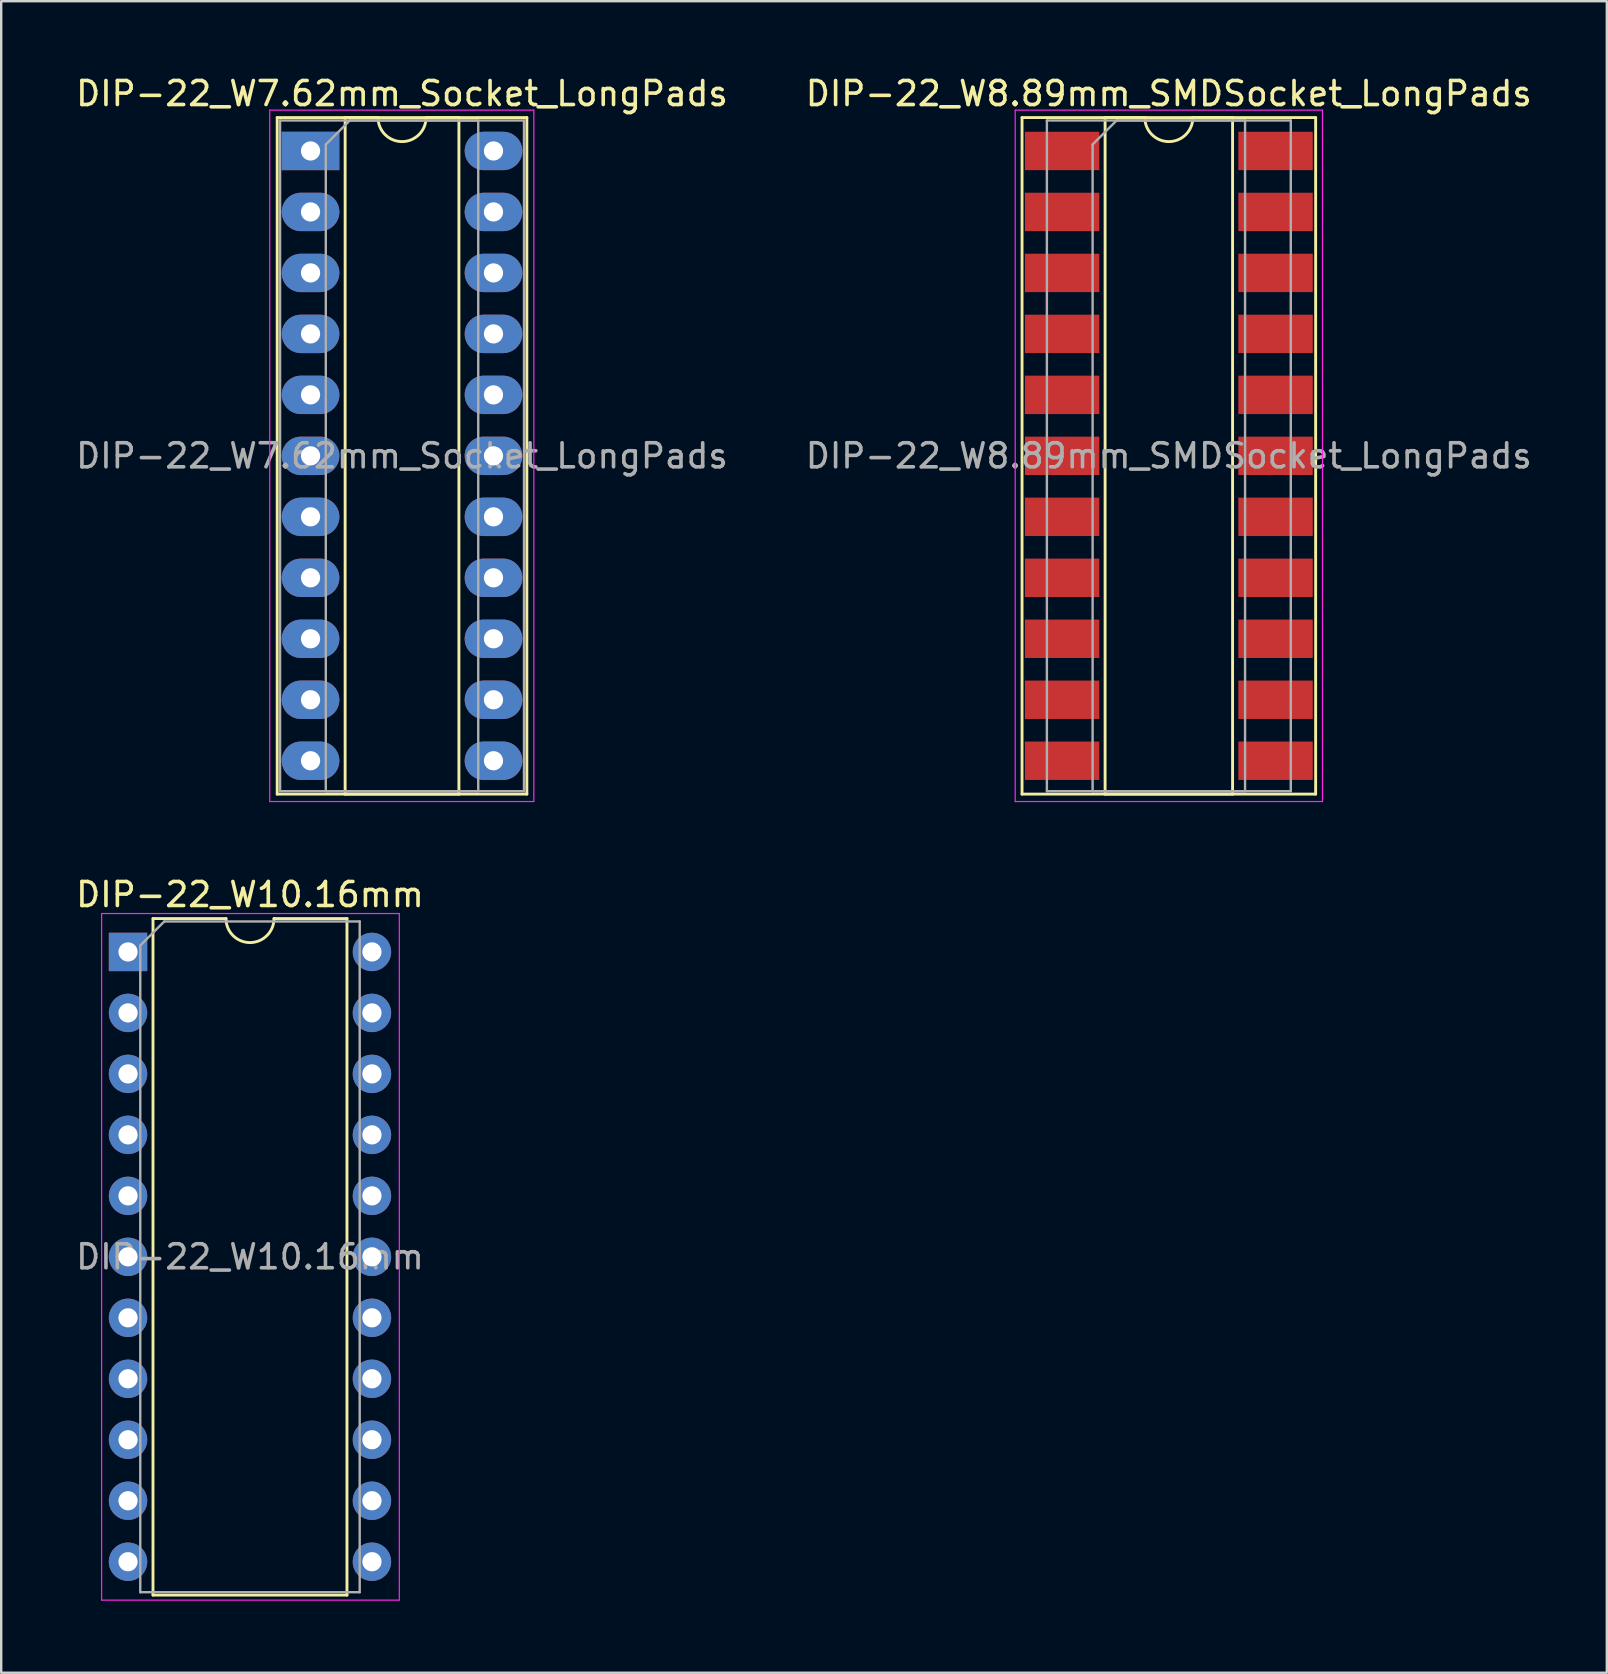
<source format=kicad_pcb>
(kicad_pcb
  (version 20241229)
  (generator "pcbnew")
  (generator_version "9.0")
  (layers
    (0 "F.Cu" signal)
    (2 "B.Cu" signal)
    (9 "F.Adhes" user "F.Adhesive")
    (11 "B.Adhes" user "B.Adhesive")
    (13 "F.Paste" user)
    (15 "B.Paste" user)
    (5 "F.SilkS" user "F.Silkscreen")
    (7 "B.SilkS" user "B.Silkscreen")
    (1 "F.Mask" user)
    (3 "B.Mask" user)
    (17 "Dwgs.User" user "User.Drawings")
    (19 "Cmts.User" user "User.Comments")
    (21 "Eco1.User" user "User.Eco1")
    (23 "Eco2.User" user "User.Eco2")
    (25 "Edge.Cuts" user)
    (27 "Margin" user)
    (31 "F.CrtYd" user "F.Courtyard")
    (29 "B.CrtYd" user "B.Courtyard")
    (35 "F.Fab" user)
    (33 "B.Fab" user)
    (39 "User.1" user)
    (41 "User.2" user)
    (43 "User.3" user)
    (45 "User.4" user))
  (footprint "DIP-22_W10.16mm"
    (layer "F.Cu")
    (at 2.283 36.602)
    (property "Reference" "DIP-22_W10.16mm" (at 5.08 -2.39 0) (layer "F.SilkS") (effects (font (size 1 1) (thickness 0.15))))
    (attr through_hole)
    (fp_line (start 1.04 -1.39) (end 1.04 26.79) (stroke (width 0.12) (type solid)) (layer "F.SilkS"))
    (fp_line (start 1.04 26.79) (end 9.12 26.79) (stroke (width 0.12) (type solid)) (layer "F.SilkS"))
    (fp_line (start 4.08 -1.39) (end 1.04 -1.39) (stroke (width 0.12) (type solid)) (layer "F.SilkS"))
    (fp_line (start 9.12 -1.39) (end 6.08 -1.39) (stroke (width 0.12) (type solid)) (layer "F.SilkS"))
    (fp_line (start 9.12 26.79) (end 9.12 -1.39) (stroke (width 0.12) (type solid)) (layer "F.SilkS"))
    (fp_arc (start 6.08 -1.39) (mid 5.08 -0.39) (end 4.08 -1.39) (stroke (width 0.12) (type solid)) (layer "F.SilkS"))
    (fp_line (start -1.1 -1.6) (end -1.1 27) (stroke (width 0.05) (type solid)) (layer "F.CrtYd"))
    (fp_line (start -1.1 27) (end 11.3 27) (stroke (width 0.05) (type solid)) (layer "F.CrtYd"))
    (fp_line (start 11.3 -1.6) (end -1.1 -1.6) (stroke (width 0.05) (type solid)) (layer "F.CrtYd"))
    (fp_line (start 11.3 27) (end 11.3 -1.6) (stroke (width 0.05) (type solid)) (layer "F.CrtYd"))
    (fp_line (start 0.51 -0.27) (end 1.51 -1.27) (stroke (width 0.1) (type solid)) (layer "F.Fab"))
    (fp_line (start 0.51 26.67) (end 0.51 -0.27) (stroke (width 0.1) (type solid)) (layer "F.Fab"))
    (fp_line (start 1.51 -1.27) (end 9.65 -1.27) (stroke (width 0.1) (type solid)) (layer "F.Fab"))
    (fp_line (start 9.65 -1.27) (end 9.65 26.67) (stroke (width 0.1) (type solid)) (layer "F.Fab"))
    (fp_line (start 9.65 26.67) (end 0.51 26.67) (stroke (width 0.1) (type solid)) (layer "F.Fab"))
    (fp_text user "${REFERENCE}" (at 5.08 12.7 0) (layer "F.Fab") (effects (font (size 1 1) (thickness 0.15))))
    (pad "1" thru_hole rect (at 0 0) (size 1.6 1.6) (drill 0.8) (layers "*.Cu" "*.Mask"))
    (pad "2" thru_hole oval (at 0 2.54) (size 1.6 1.6) (drill 0.8) (layers "*.Cu" "*.Mask"))
    (pad "3" thru_hole oval (at 0 5.08) (size 1.6 1.6) (drill 0.8) (layers "*.Cu" "*.Mask"))
    (pad "4" thru_hole oval (at 0 7.62) (size 1.6 1.6) (drill 0.8) (layers "*.Cu" "*.Mask"))
    (pad "5" thru_hole oval (at 0 10.16) (size 1.6 1.6) (drill 0.8) (layers "*.Cu" "*.Mask"))
    (pad "6" thru_hole oval (at 0 12.7) (size 1.6 1.6) (drill 0.8) (layers "*.Cu" "*.Mask"))
    (pad "7" thru_hole oval (at 0 15.24) (size 1.6 1.6) (drill 0.8) (layers "*.Cu" "*.Mask"))
    (pad "8" thru_hole oval (at 0 17.78) (size 1.6 1.6) (drill 0.8) (layers "*.Cu" "*.Mask"))
    (pad "9" thru_hole oval (at 0 20.32) (size 1.6 1.6) (drill 0.8) (layers "*.Cu" "*.Mask"))
    (pad "10" thru_hole oval (at 0 22.86) (size 1.6 1.6) (drill 0.8) (layers "*.Cu" "*.Mask"))
    (pad "11" thru_hole oval (at 0 25.4) (size 1.6 1.6) (drill 0.8) (layers "*.Cu" "*.Mask"))
    (pad "12" thru_hole oval (at 10.16 25.4) (size 1.6 1.6) (drill 0.8) (layers "*.Cu" "*.Mask"))
    (pad "13" thru_hole oval (at 10.16 22.86) (size 1.6 1.6) (drill 0.8) (layers "*.Cu" "*.Mask"))
    (pad "14" thru_hole oval (at 10.16 20.32) (size 1.6 1.6) (drill 0.8) (layers "*.Cu" "*.Mask"))
    (pad "15" thru_hole oval (at 10.16 17.78) (size 1.6 1.6) (drill 0.8) (layers "*.Cu" "*.Mask"))
    (pad "16" thru_hole oval (at 10.16 15.24) (size 1.6 1.6) (drill 0.8) (layers "*.Cu" "*.Mask"))
    (pad "17" thru_hole oval (at 10.16 12.7) (size 1.6 1.6) (drill 0.8) (layers "*.Cu" "*.Mask"))
    (pad "18" thru_hole oval (at 10.16 10.16) (size 1.6 1.6) (drill 0.8) (layers "*.Cu" "*.Mask"))
    (pad "19" thru_hole oval (at 10.16 7.62) (size 1.6 1.6) (drill 0.8) (layers "*.Cu" "*.Mask"))
    (pad "20" thru_hole oval (at 10.16 5.08) (size 1.6 1.6) (drill 0.8) (layers "*.Cu" "*.Mask"))
    (pad "21" thru_hole oval (at 10.16 2.54) (size 1.6 1.6) (drill 0.8) (layers "*.Cu" "*.Mask"))
    (pad "22" thru_hole oval (at 10.16 0) (size 1.6 1.6) (drill 0.8) (layers "*.Cu" "*.Mask")))
  (footprint "DIP-22_W7.62mm_Socket_LongPads"
    (layer "F.Cu")
    (at 9.886 3.238)
    (property "Reference" "DIP-22_W7.62mm_Socket_LongPads" (at 3.81 -2.39 0) (layer "F.SilkS") (effects (font (size 1 1) (thickness 0.15))))
    (attr through_hole)
    (fp_line (start -1.39 -1.39) (end -1.39 26.79) (stroke (width 0.12) (type solid)) (layer "F.SilkS"))
    (fp_line (start -1.39 26.79) (end 9.01 26.79) (stroke (width 0.12) (type solid)) (layer "F.SilkS"))
    (fp_line (start 1.44 -1.39) (end 1.44 26.79) (stroke (width 0.12) (type solid)) (layer "F.SilkS"))
    (fp_line (start 1.44 26.79) (end 6.18 26.79) (stroke (width 0.12) (type solid)) (layer "F.SilkS"))
    (fp_line (start 2.81 -1.39) (end 1.44 -1.39) (stroke (width 0.12) (type solid)) (layer "F.SilkS"))
    (fp_line (start 6.18 -1.39) (end 4.81 -1.39) (stroke (width 0.12) (type solid)) (layer "F.SilkS"))
    (fp_line (start 6.18 26.79) (end 6.18 -1.39) (stroke (width 0.12) (type solid)) (layer "F.SilkS"))
    (fp_line (start 9.01 -1.39) (end -1.39 -1.39) (stroke (width 0.12) (type solid)) (layer "F.SilkS"))
    (fp_line (start 9.01 26.79) (end 9.01 -1.39) (stroke (width 0.12) (type solid)) (layer "F.SilkS"))
    (fp_arc (start 4.81 -1.39) (mid 3.81 -0.39) (end 2.81 -1.39) (stroke (width 0.12) (type solid)) (layer "F.SilkS"))
    (fp_line (start -1.7 -1.7) (end -1.7 27.1) (stroke (width 0.05) (type solid)) (layer "F.CrtYd"))
    (fp_line (start -1.7 27.1) (end 9.3 27.1) (stroke (width 0.05) (type solid)) (layer "F.CrtYd"))
    (fp_line (start 9.3 -1.7) (end -1.7 -1.7) (stroke (width 0.05) (type solid)) (layer "F.CrtYd"))
    (fp_line (start 9.3 27.1) (end 9.3 -1.7) (stroke (width 0.05) (type solid)) (layer "F.CrtYd"))
    (fp_line (start -1.27 -1.27) (end -1.27 26.67) (stroke (width 0.1) (type solid)) (layer "F.Fab"))
    (fp_line (start -1.27 26.67) (end 8.89 26.67) (stroke (width 0.1) (type solid)) (layer "F.Fab"))
    (fp_line (start 0.635 -0.27) (end 1.635 -1.27) (stroke (width 0.1) (type solid)) (layer "F.Fab"))
    (fp_line (start 0.635 26.67) (end 0.635 -0.27) (stroke (width 0.1) (type solid)) (layer "F.Fab"))
    (fp_line (start 1.635 -1.27) (end 6.985 -1.27) (stroke (width 0.1) (type solid)) (layer "F.Fab"))
    (fp_line (start 6.985 -1.27) (end 6.985 26.67) (stroke (width 0.1) (type solid)) (layer "F.Fab"))
    (fp_line (start 6.985 26.67) (end 0.635 26.67) (stroke (width 0.1) (type solid)) (layer "F.Fab"))
    (fp_line (start 8.89 -1.27) (end -1.27 -1.27) (stroke (width 0.1) (type solid)) (layer "F.Fab"))
    (fp_line (start 8.89 26.67) (end 8.89 -1.27) (stroke (width 0.1) (type solid)) (layer "F.Fab"))
    (fp_text user "${REFERENCE}" (at 3.81 12.7 0) (layer "F.Fab") (effects (font (size 1 1) (thickness 0.15))))
    (pad "1" thru_hole rect (at 0 0) (size 2.4 1.6) (drill 0.8) (layers "*.Cu" "*.Mask"))
    (pad "2" thru_hole oval (at 0 2.54) (size 2.4 1.6) (drill 0.8) (layers "*.Cu" "*.Mask"))
    (pad "3" thru_hole oval (at 0 5.08) (size 2.4 1.6) (drill 0.8) (layers "*.Cu" "*.Mask"))
    (pad "4" thru_hole oval (at 0 7.62) (size 2.4 1.6) (drill 0.8) (layers "*.Cu" "*.Mask"))
    (pad "5" thru_hole oval (at 0 10.16) (size 2.4 1.6) (drill 0.8) (layers "*.Cu" "*.Mask"))
    (pad "6" thru_hole oval (at 0 12.7) (size 2.4 1.6) (drill 0.8) (layers "*.Cu" "*.Mask"))
    (pad "7" thru_hole oval (at 0 15.24) (size 2.4 1.6) (drill 0.8) (layers "*.Cu" "*.Mask"))
    (pad "8" thru_hole oval (at 0 17.78) (size 2.4 1.6) (drill 0.8) (layers "*.Cu" "*.Mask"))
    (pad "9" thru_hole oval (at 0 20.32) (size 2.4 1.6) (drill 0.8) (layers "*.Cu" "*.Mask"))
    (pad "10" thru_hole oval (at 0 22.86) (size 2.4 1.6) (drill 0.8) (layers "*.Cu" "*.Mask"))
    (pad "11" thru_hole oval (at 0 25.4) (size 2.4 1.6) (drill 0.8) (layers "*.Cu" "*.Mask"))
    (pad "12" thru_hole oval (at 7.62 25.4) (size 2.4 1.6) (drill 0.8) (layers "*.Cu" "*.Mask"))
    (pad "13" thru_hole oval (at 7.62 22.86) (size 2.4 1.6) (drill 0.8) (layers "*.Cu" "*.Mask"))
    (pad "14" thru_hole oval (at 7.62 20.32) (size 2.4 1.6) (drill 0.8) (layers "*.Cu" "*.Mask"))
    (pad "15" thru_hole oval (at 7.62 17.78) (size 2.4 1.6) (drill 0.8) (layers "*.Cu" "*.Mask"))
    (pad "16" thru_hole oval (at 7.62 15.24) (size 2.4 1.6) (drill 0.8) (layers "*.Cu" "*.Mask"))
    (pad "17" thru_hole oval (at 7.62 12.7) (size 2.4 1.6) (drill 0.8) (layers "*.Cu" "*.Mask"))
    (pad "18" thru_hole oval (at 7.62 10.16) (size 2.4 1.6) (drill 0.8) (layers "*.Cu" "*.Mask"))
    (pad "19" thru_hole oval (at 7.62 7.62) (size 2.4 1.6) (drill 0.8) (layers "*.Cu" "*.Mask"))
    (pad "20" thru_hole oval (at 7.62 5.08) (size 2.4 1.6) (drill 0.8) (layers "*.Cu" "*.Mask"))
    (pad "21" thru_hole oval (at 7.62 2.54) (size 2.4 1.6) (drill 0.8) (layers "*.Cu" "*.Mask"))
    (pad "22" thru_hole oval (at 7.62 0) (size 2.4 1.6) (drill 0.8) (layers "*.Cu" "*.Mask")))
  (footprint "DIP-22_W8.89mm_SMDSocket_LongPads"
    (layer "F.Cu")
    (at 45.637 15.938)
    (property "Reference" "DIP-22_W8.89mm_SMDSocket_LongPads" (at 0 -15.09 0) (layer "F.SilkS") (effects (font (size 1 1) (thickness 0.15))))
    (attr smd)
    (fp_line (start -6.115 -14.09) (end -6.115 14.09) (stroke (width 0.12) (type solid)) (layer "F.SilkS"))
    (fp_line (start -6.115 14.09) (end 6.115 14.09) (stroke (width 0.12) (type solid)) (layer "F.SilkS"))
    (fp_line (start -2.655 -14.09) (end -2.655 14.09) (stroke (width 0.12) (type solid)) (layer "F.SilkS"))
    (fp_line (start -2.655 14.09) (end 2.655 14.09) (stroke (width 0.12) (type solid)) (layer "F.SilkS"))
    (fp_line (start -1 -14.09) (end -2.655 -14.09) (stroke (width 0.12) (type solid)) (layer "F.SilkS"))
    (fp_line (start 2.655 -14.09) (end 1 -14.09) (stroke (width 0.12) (type solid)) (layer "F.SilkS"))
    (fp_line (start 2.655 14.09) (end 2.655 -14.09) (stroke (width 0.12) (type solid)) (layer "F.SilkS"))
    (fp_line (start 6.115 -14.09) (end -6.115 -14.09) (stroke (width 0.12) (type solid)) (layer "F.SilkS"))
    (fp_line (start 6.115 14.09) (end 6.115 -14.09) (stroke (width 0.12) (type solid)) (layer "F.SilkS"))
    (fp_arc (start 1 -14.09) (mid 0 -13.09) (end -1 -14.09) (stroke (width 0.12) (type solid)) (layer "F.SilkS"))
    (fp_line (start -6.4 -14.4) (end -6.4 14.4) (stroke (width 0.05) (type solid)) (layer "F.CrtYd"))
    (fp_line (start -6.4 14.4) (end 6.4 14.4) (stroke (width 0.05) (type solid)) (layer "F.CrtYd"))
    (fp_line (start 6.4 -14.4) (end -6.4 -14.4) (stroke (width 0.05) (type solid)) (layer "F.CrtYd"))
    (fp_line (start 6.4 14.4) (end 6.4 -14.4) (stroke (width 0.05) (type solid)) (layer "F.CrtYd"))
    (fp_line (start -5.08 -13.97) (end -5.08 13.97) (stroke (width 0.1) (type solid)) (layer "F.Fab"))
    (fp_line (start -5.08 13.97) (end 5.08 13.97) (stroke (width 0.1) (type solid)) (layer "F.Fab"))
    (fp_line (start -3.175 -12.97) (end -2.175 -13.97) (stroke (width 0.1) (type solid)) (layer "F.Fab"))
    (fp_line (start -3.175 13.97) (end -3.175 -12.97) (stroke (width 0.1) (type solid)) (layer "F.Fab"))
    (fp_line (start -2.175 -13.97) (end 3.175 -13.97) (stroke (width 0.1) (type solid)) (layer "F.Fab"))
    (fp_line (start 3.175 -13.97) (end 3.175 13.97) (stroke (width 0.1) (type solid)) (layer "F.Fab"))
    (fp_line (start 3.175 13.97) (end -3.175 13.97) (stroke (width 0.1) (type solid)) (layer "F.Fab"))
    (fp_line (start 5.08 -13.97) (end -5.08 -13.97) (stroke (width 0.1) (type solid)) (layer "F.Fab"))
    (fp_line (start 5.08 13.97) (end 5.08 -13.97) (stroke (width 0.1) (type solid)) (layer "F.Fab"))
    (fp_text user "${REFERENCE}" (at 0 0 0) (layer "F.Fab") (effects (font (size 1 1) (thickness 0.15))))
    (pad "1" smd rect (at -4.445 -12.7) (size 3.1 1.6) (layers "F.Cu" "F.Mask" "F.Paste"))
    (pad "2" smd rect (at -4.445 -10.16) (size 3.1 1.6) (layers "F.Cu" "F.Mask" "F.Paste"))
    (pad "3" smd rect (at -4.445 -7.62) (size 3.1 1.6) (layers "F.Cu" "F.Mask" "F.Paste"))
    (pad "4" smd rect (at -4.445 -5.08) (size 3.1 1.6) (layers "F.Cu" "F.Mask" "F.Paste"))
    (pad "5" smd rect (at -4.445 -2.54) (size 3.1 1.6) (layers "F.Cu" "F.Mask" "F.Paste"))
    (pad "6" smd rect (at -4.445 0) (size 3.1 1.6) (layers "F.Cu" "F.Mask" "F.Paste"))
    (pad "7" smd rect (at -4.445 2.54) (size 3.1 1.6) (layers "F.Cu" "F.Mask" "F.Paste"))
    (pad "8" smd rect (at -4.445 5.08) (size 3.1 1.6) (layers "F.Cu" "F.Mask" "F.Paste"))
    (pad "9" smd rect (at -4.445 7.62) (size 3.1 1.6) (layers "F.Cu" "F.Mask" "F.Paste"))
    (pad "10" smd rect (at -4.445 10.16) (size 3.1 1.6) (layers "F.Cu" "F.Mask" "F.Paste"))
    (pad "11" smd rect (at -4.445 12.7) (size 3.1 1.6) (layers "F.Cu" "F.Mask" "F.Paste"))
    (pad "12" smd rect (at 4.445 12.7) (size 3.1 1.6) (layers "F.Cu" "F.Mask" "F.Paste"))
    (pad "13" smd rect (at 4.445 10.16) (size 3.1 1.6) (layers "F.Cu" "F.Mask" "F.Paste"))
    (pad "14" smd rect (at 4.445 7.62) (size 3.1 1.6) (layers "F.Cu" "F.Mask" "F.Paste"))
    (pad "15" smd rect (at 4.445 5.08) (size 3.1 1.6) (layers "F.Cu" "F.Mask" "F.Paste"))
    (pad "16" smd rect (at 4.445 2.54) (size 3.1 1.6) (layers "F.Cu" "F.Mask" "F.Paste"))
    (pad "17" smd rect (at 4.445 0) (size 3.1 1.6) (layers "F.Cu" "F.Mask" "F.Paste"))
    (pad "18" smd rect (at 4.445 -2.54) (size 3.1 1.6) (layers "F.Cu" "F.Mask" "F.Paste"))
    (pad "19" smd rect (at 4.445 -5.08) (size 3.1 1.6) (layers "F.Cu" "F.Mask" "F.Paste"))
    (pad "20" smd rect (at 4.445 -7.62) (size 3.1 1.6) (layers "F.Cu" "F.Mask" "F.Paste"))
    (pad "21" smd rect (at 4.445 -10.16) (size 3.1 1.6) (layers "F.Cu" "F.Mask" "F.Paste"))
    (pad "22" smd rect (at 4.445 -12.7) (size 3.1 1.6) (layers "F.Cu" "F.Mask" "F.Paste")))
  (gr_rect
    (start -3 -3)
    (end 63.881 66.626)
    (stroke (width 0.1) (type default))
    (fill no)
    (layer "Edge.Cuts")))
</source>
